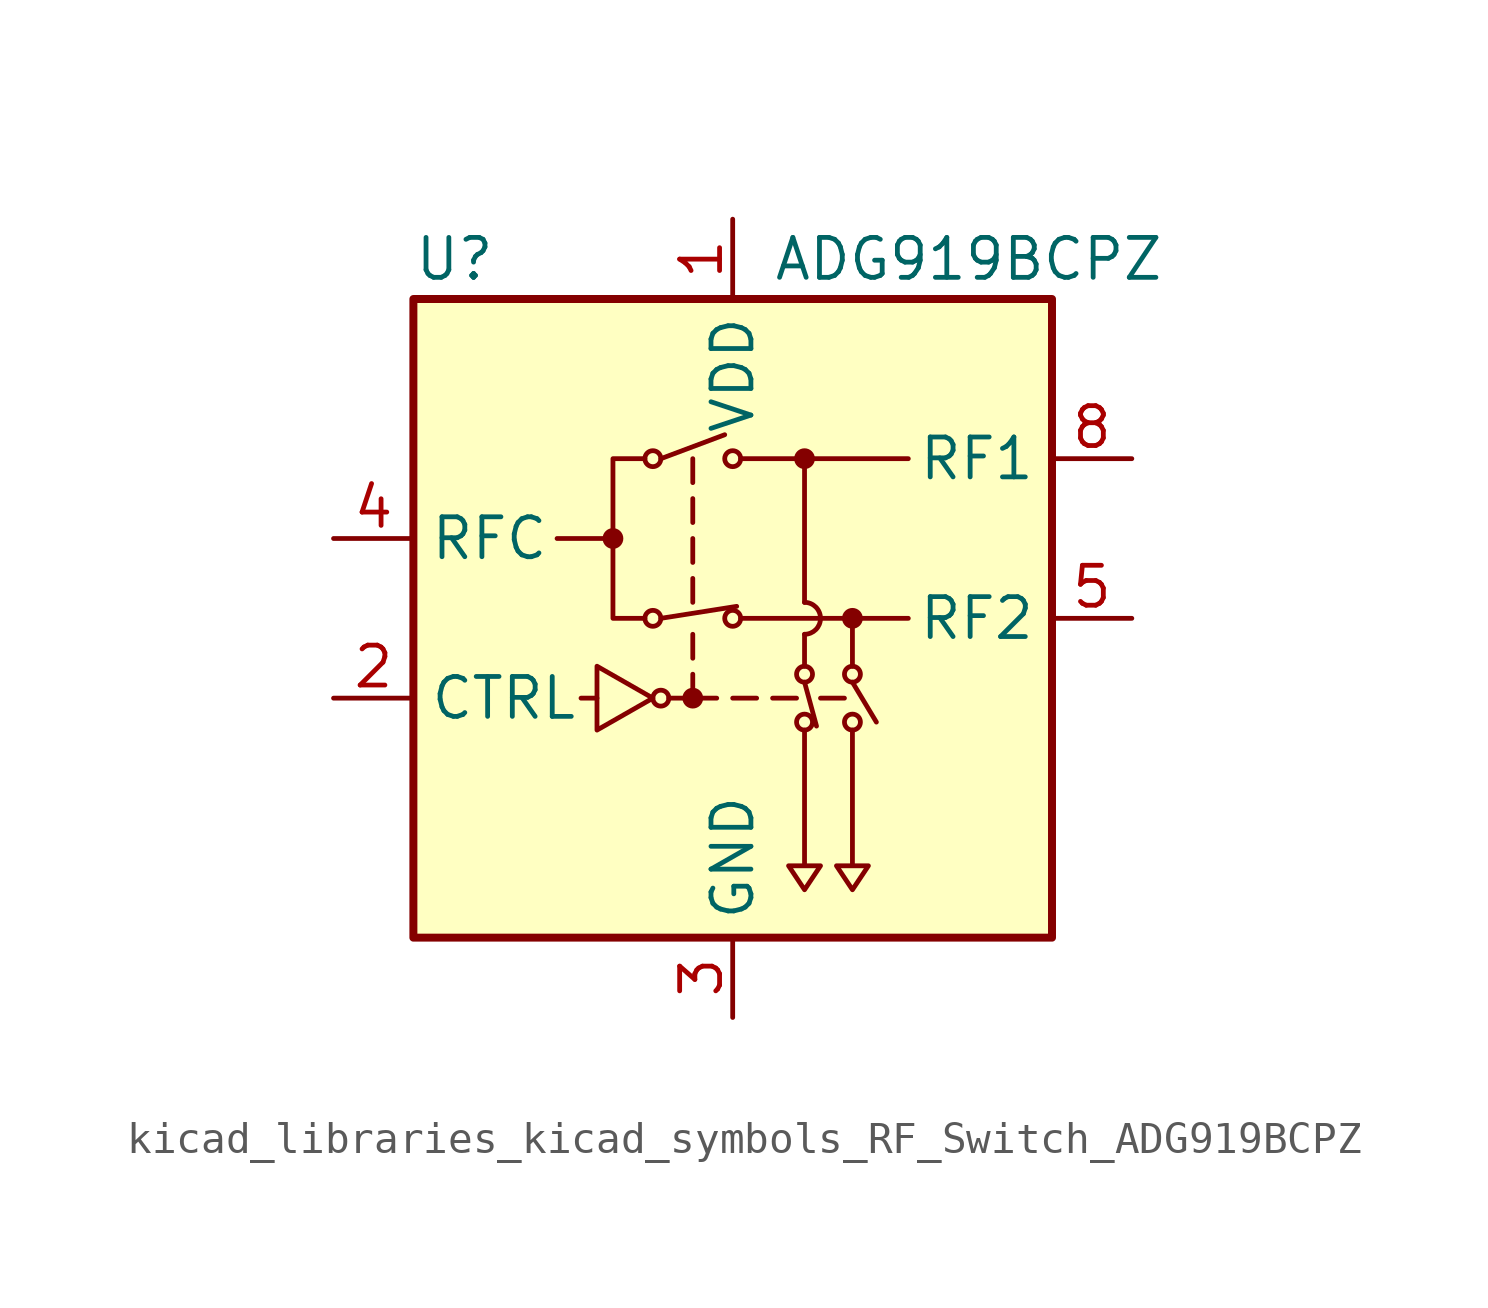
<source format=kicad_sym>
(kicad_symbol_lib
  (version 20220914)
  (generator kicad_symbol_editor)
  (symbol "kicad_libraries_kicad_symbols_RF_Switch_ADG919BCPZ"
    (property "Reference" "U"
      (at -10.16 11.43 0)
      (effects (font (size 1.27 1.27)) (justify left)))
    (property "Value" "ADG919BCPZ"
      (at 1.27 11.43 0)
      (effects (font (size 1.27 1.27)) (justify left)))
    (symbol "kicad_libraries_kicad_symbols_RF_Switch_ADG919BCPZ_0_0"
      (rectangle (start -10.16 10.16) (end 10.16 -10.16) (stroke (width 0.254) (type default)) (fill (type background)))
      (circle (center -3.81 2.54) (radius 0.254) (stroke (width 0) (type default)) (fill (type outline)))
      (circle (center -2.286 -2.54) (radius 0.254) (stroke (width 0) (type default)) (fill (type none)))
      (circle (center -1.27 -2.54) (radius 0.254) (stroke (width 0) (type default)) (fill (type outline)))
      (polyline (pts (xy -4.318 -2.54) (xy -4.826 -2.54)) (stroke (width 0) (type default)) (fill (type none)))
      (polyline (pts (xy -3.81 2.54) (xy -5.588 2.54)) (stroke (width 0) (type default)) (fill (type none)))
      (polyline (pts (xy -1.27 -2.54) (xy -1.27 -1.778)) (stroke (width 0) (type default)) (fill (type none)))
      (polyline (pts (xy -1.27 -1.27) (xy -1.27 -0.508)) (stroke (width 0) (type default)) (fill (type none)))
      (polyline (pts (xy -1.27 1.27) (xy -1.27 0.508)) (stroke (width 0) (type default)) (fill (type none)))
      (polyline (pts (xy -1.27 2.54) (xy -1.27 1.778)) (stroke (width 0) (type default)) (fill (type none)))
      (polyline (pts (xy -1.27 3.81) (xy -1.27 3.048)) (stroke (width 0) (type default)) (fill (type none)))
      (polyline (pts (xy -1.27 5.08) (xy -1.27 4.318)) (stroke (width 0) (type default)) (fill (type none)))
      (polyline (pts (xy -0.508 -2.54) (xy -2.032 -2.54)) (stroke (width 0) (type default)) (fill (type none)))
      (polyline (pts (xy 0 -2.54) (xy 0.762 -2.54)) (stroke (width 0) (type default)) (fill (type none)))
      (polyline (pts (xy 0.254 0) (xy 5.588 0)) (stroke (width 0) (type default)) (fill (type none)))
      (polyline (pts (xy 0.254 5.08) (xy 5.588 5.08)) (stroke (width 0) (type default)) (fill (type none)))
      (polyline (pts (xy 2.032 -2.54) (xy 1.27 -2.54)) (stroke (width 0) (type default)) (fill (type none)))
      (polyline (pts (xy 2.286 0.508) (xy 2.286 5.08)) (stroke (width 0) (type default)) (fill (type none)))
      (polyline (pts (xy 3.556 -2.54) (xy 2.794 -2.54)) (stroke (width 0) (type default)) (fill (type none)))
      (polyline (pts (xy -4.318 -1.524) (xy -4.318 -3.556) (xy -2.54 -2.54) (xy -4.318 -1.524)) (stroke (width 0) (type default)) (fill (type none)))
      (polyline (pts (xy -2.794 0) (xy -3.81 0) (xy -3.81 5.08) (xy -2.794 5.08)) (stroke (width 0) (type default)) (fill (type none)))
      (arc (start 2.286 -0.508) (mid 2.7918 0) (end 2.286 0.508) (stroke (width 0) (type default)) (fill (type none))))
    (symbol "kicad_libraries_kicad_symbols_RF_Switch_ADG919BCPZ_0_1"
      (circle (center -2.54 0) (radius 0.254) (stroke (width 0) (type default)) (fill (type none)))
      (circle (center -2.54 5.08) (radius 0.254) (stroke (width 0) (type default)) (fill (type none)))
      (polyline (pts (xy -2.286 0) (xy 0.127 0.381)) (stroke (width 0) (type default)) (fill (type none)))
      (polyline (pts (xy -2.286 5.08) (xy -0.254 5.842)) (stroke (width 0) (type default)) (fill (type none)))
      (polyline (pts (xy 2.286 -2.032) (xy 2.667 -3.429)) (stroke (width 0) (type default)) (fill (type none)))
      (polyline (pts (xy 2.286 -0.508) (xy 2.286 -1.524)) (stroke (width 0) (type default)) (fill (type none)))
      (polyline (pts (xy 3.81 -2.032) (xy 4.572 -3.302)) (stroke (width 0) (type default)) (fill (type none)))
      (polyline (pts (xy 3.81 0) (xy 3.81 -1.524)) (stroke (width 0) (type default)) (fill (type none)))
      (polyline (pts (xy 2.286 -3.556) (xy 2.286 -7.874) (xy 1.778 -7.874) (xy 2.286 -8.636) (xy 2.794 -7.874) (xy 2.286 -7.874)) (stroke (width 0) (type default)) (fill (type none)))
      (polyline (pts (xy 3.81 -3.556) (xy 3.81 -7.874) (xy 3.302 -7.874) (xy 3.81 -8.636) (xy 4.318 -7.874) (xy 3.81 -7.874)) (stroke (width 0) (type default)) (fill (type none)))
      (circle (center 0 0) (radius 0.254) (stroke (width 0) (type default)) (fill (type none)))
      (circle (center 0 5.08) (radius 0.254) (stroke (width 0) (type default)) (fill (type none)))
      (circle (center 2.286 -3.302) (radius 0.254) (stroke (width 0) (type default)) (fill (type none)))
      (circle (center 2.286 -1.778) (radius 0.254) (stroke (width 0) (type default)) (fill (type none)))
      (circle (center 2.286 5.08) (radius 0.254) (stroke (width 0) (type default)) (fill (type outline)))
      (circle (center 3.81 -3.302) (radius 0.254) (stroke (width 0) (type default)) (fill (type none)))
      (circle (center 3.81 -1.778) (radius 0.254) (stroke (width 0) (type default)) (fill (type none)))
      (circle (center 3.81 0) (radius 0.254) (stroke (width 0) (type default)) (fill (type outline))))
    (symbol "kicad_libraries_kicad_symbols_RF_Switch_ADG919BCPZ_1_1"
      (pin power_in line (at 0 12.7 270) (length 2.54) (name "VDD" (effects (font (size 1.27 1.27)))) (number "1" (effects (font (size 1.27 1.27)))))
      (pin input line (at -12.7 -2.54 0) (length 2.54) (name "CTRL" (effects (font (size 1.27 1.27)))) (number "2" (effects (font (size 1.27 1.27)))))
      (pin power_in line (at 0 -12.7 90) (length 2.54) (name "GND" (effects (font (size 1.27 1.27)))) (number "3" (effects (font (size 1.27 1.27)))))
      (pin passive line (at -12.7 2.54 0) (length 2.54) (name "RFC" (effects (font (size 1.27 1.27)))) (number "4" (effects (font (size 1.27 1.27)))))
      (pin passive line (at 12.7 0 180) (length 2.54) (name "RF2" (effects (font (size 1.27 1.27)))) (number "5" (effects (font (size 1.27 1.27)))))
      (pin passive line (at 0 -12.7 90) (length 2.54) hide (name "GND" (effects (font (size 1.27 1.27)))) (number "6" (effects (font (size 1.27 1.27)))))
      (pin passive line (at 0 -12.7 90) (length 2.54) hide (name "GND" (effects (font (size 1.27 1.27)))) (number "7" (effects (font (size 1.27 1.27)))))
      (pin passive line (at 12.7 5.08 180) (length 2.54) (name "RF1" (effects (font (size 1.27 1.27)))) (number "8" (effects (font (size 1.27 1.27)))))
      (pin passive line (at 0 -12.7 90) (length 2.54) hide (name "GND" (effects (font (size 1.27 1.27)))) (number "9" (effects (font (size 1.27 1.27))))))))
</source>
